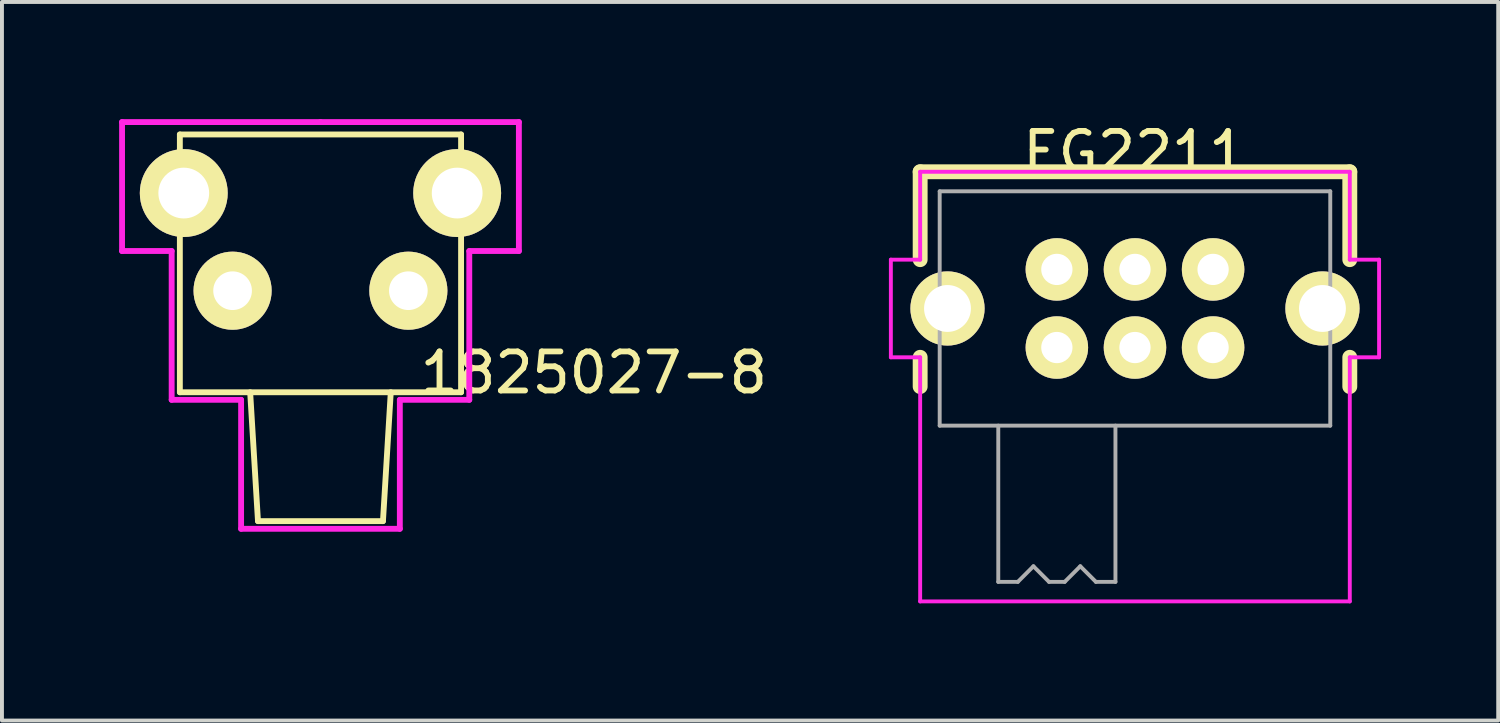
<source format=kicad_pcb>
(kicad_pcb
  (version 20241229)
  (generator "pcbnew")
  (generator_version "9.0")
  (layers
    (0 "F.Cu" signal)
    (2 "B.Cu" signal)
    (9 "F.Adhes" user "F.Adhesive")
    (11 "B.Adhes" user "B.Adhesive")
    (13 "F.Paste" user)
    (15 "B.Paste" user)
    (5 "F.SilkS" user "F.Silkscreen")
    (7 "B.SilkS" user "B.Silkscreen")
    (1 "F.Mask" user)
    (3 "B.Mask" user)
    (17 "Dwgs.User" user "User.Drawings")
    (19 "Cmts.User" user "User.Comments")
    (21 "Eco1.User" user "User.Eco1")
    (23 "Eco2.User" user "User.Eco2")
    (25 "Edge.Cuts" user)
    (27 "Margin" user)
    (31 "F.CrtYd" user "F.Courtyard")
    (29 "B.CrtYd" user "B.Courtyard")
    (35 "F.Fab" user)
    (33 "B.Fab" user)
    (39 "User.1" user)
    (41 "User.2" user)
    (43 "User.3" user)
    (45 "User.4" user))
  (footprint "1825027-8"
    (layer "F.Cu")
    (at 5.155 4.393)
    (property "Reference" "1825027-8" (at 7 2.1 0) (layer "F.SilkS") (effects (font (size 1 1) (thickness 0.15))))
    (attr through_hole)
    (fp_line (start -3.6 -4) (end -3.6 2.6) (stroke (width 0.15) (type solid)) (layer "F.SilkS"))
    (fp_line (start -3.6 -4) (end 3.6 -4) (stroke (width 0.15) (type solid)) (layer "F.SilkS"))
    (fp_line (start -3.6 2.6) (end 3.6 2.6) (stroke (width 0.15) (type solid)) (layer "F.SilkS"))
    (fp_line (start -1.8 2.6) (end -1.6 5.9) (stroke (width 0.15) (type solid)) (layer "F.SilkS"))
    (fp_line (start -1.6 5.9) (end 1.6 5.9) (stroke (width 0.15) (type solid)) (layer "F.SilkS"))
    (fp_line (start 1.8 2.6) (end 1.6 5.9) (stroke (width 0.15) (type solid)) (layer "F.SilkS"))
    (fp_line (start 3.6 -4) (end 3.6 2.6) (stroke (width 0.15) (type solid)) (layer "F.SilkS"))
    (fp_line (start -5.08 -4.318) (end 0 -4.318) (stroke (width 0.15) (type solid)) (layer "F.CrtYd"))
    (fp_line (start -5.08 -1.016) (end -5.08 -4.318) (stroke (width 0.15) (type solid)) (layer "F.CrtYd"))
    (fp_line (start -3.81 -1.016) (end -5.08 -1.016) (stroke (width 0.15) (type solid)) (layer "F.CrtYd"))
    (fp_line (start -3.81 2.794) (end -3.81 -1.016) (stroke (width 0.15) (type solid)) (layer "F.CrtYd"))
    (fp_line (start -2.032 2.794) (end -3.81 2.794) (stroke (width 0.15) (type solid)) (layer "F.CrtYd"))
    (fp_line (start -2.032 6.096) (end -2.032 2.794) (stroke (width 0.15) (type solid)) (layer "F.CrtYd"))
    (fp_line (start 0 -4.318) (end 5.08 -4.318) (stroke (width 0.15) (type solid)) (layer "F.CrtYd"))
    (fp_line (start 2.032 2.794) (end 2.032 6.096) (stroke (width 0.15) (type solid)) (layer "F.CrtYd"))
    (fp_line (start 2.032 6.096) (end -2.032 6.096) (stroke (width 0.15) (type solid)) (layer "F.CrtYd"))
    (fp_line (start 3.81 -1.016) (end 3.81 2.794) (stroke (width 0.15) (type solid)) (layer "F.CrtYd"))
    (fp_line (start 3.81 2.794) (end 2.032 2.794) (stroke (width 0.15) (type solid)) (layer "F.CrtYd"))
    (fp_line (start 5.08 -4.318) (end 5.08 -1.016) (stroke (width 0.15) (type solid)) (layer "F.CrtYd"))
    (fp_line (start 5.08 -1.016) (end 3.81 -1.016) (stroke (width 0.15) (type solid)) (layer "F.CrtYd"))
    (pad "1" thru_hole circle (at -2.25 0) (size 2 2) (drill 0.99) (layers "*.Cu" "*.Mask" "F.SilkS"))
    (pad "2" thru_hole circle (at 2.25 0) (size 2 2) (drill 0.99) (layers "*.Cu" "*.Mask" "F.SilkS"))
    (pad "3" thru_hole circle (at -3.5 -2.5) (size 2.25 2.25) (drill 1.3) (layers "*.Cu" "*.Mask" "F.SilkS"))
    (pad "4" thru_hole circle (at 3.5 -2.5) (size 2.25 2.25) (drill 1.3) (layers "*.Cu" "*.Mask" "F.SilkS")))
  (footprint "EG2211"
    (layer "F.Cu")
    (at 26.009 4.848)
    (property "Reference" "EG2211" (at 0 -4 0) (layer "F.SilkS") (effects (font (size 1 1) (thickness 0.15))))
    (attr through_hole)
    (fp_line (start -5.5 -3.5) (end -5.5 -1.25) (stroke (width 0.381) (type solid)) (layer "F.SilkS"))
    (fp_line (start -5.5 -3.5) (end 5.5 -3.5) (stroke (width 0.381) (type solid)) (layer "F.SilkS"))
    (fp_line (start -5.5 1.25) (end -5.5 2) (stroke (width 0.381) (type solid)) (layer "F.SilkS"))
    (fp_line (start 5.5 -3.5) (end 5.5 -1.25) (stroke (width 0.381) (type solid)) (layer "F.SilkS"))
    (fp_line (start 5.5 1.25) (end 5.5 2) (stroke (width 0.381) (type solid)) (layer "F.SilkS"))
    (fp_line (start -6.25 -1.25) (end -6.25 1.25) (stroke (width 0.1) (type solid)) (layer "F.CrtYd"))
    (fp_line (start -6.25 1.25) (end -5.5 1.25) (stroke (width 0.1) (type solid)) (layer "F.CrtYd"))
    (fp_line (start -5.5 -3.5) (end -5.5 -1.25) (stroke (width 0.1) (type solid)) (layer "F.CrtYd"))
    (fp_line (start -5.5 -1.25) (end -6.25 -1.25) (stroke (width 0.1) (type solid)) (layer "F.CrtYd"))
    (fp_line (start -5.5 1.25) (end -5.5 7.5) (stroke (width 0.1) (type solid)) (layer "F.CrtYd"))
    (fp_line (start -5.5 7.5) (end 5.5 7.5) (stroke (width 0.1) (type solid)) (layer "F.CrtYd"))
    (fp_line (start 5.5 -3.5) (end -5.5 -3.5) (stroke (width 0.1) (type solid)) (layer "F.CrtYd"))
    (fp_line (start 5.5 -1.25) (end 5.5 -3.5) (stroke (width 0.1) (type solid)) (layer "F.CrtYd"))
    (fp_line (start 5.5 1.25) (end 6.25 1.25) (stroke (width 0.1) (type solid)) (layer "F.CrtYd"))
    (fp_line (start 5.5 7.5) (end 5.5 1.25) (stroke (width 0.1) (type solid)) (layer "F.CrtYd"))
    (fp_line (start 6.25 -1.25) (end 5.5 -1.25) (stroke (width 0.1) (type solid)) (layer "F.CrtYd"))
    (fp_line (start 6.25 1.25) (end 6.25 -1.25) (stroke (width 0.1) (type solid)) (layer "F.CrtYd"))
    (fp_line (start -5 -3) (end 5 -3) (stroke (width 0.1) (type solid)) (layer "F.Fab"))
    (fp_line (start -5 3) (end -5 -3) (stroke (width 0.1) (type solid)) (layer "F.Fab"))
    (fp_line (start -5 3) (end 5 3) (stroke (width 0.1) (type solid)) (layer "F.Fab"))
    (fp_line (start -3.5 7) (end -3.5 3) (stroke (width 0.1) (type solid)) (layer "F.Fab"))
    (fp_line (start -3.5 7) (end -3 7) (stroke (width 0.1) (type solid)) (layer "F.Fab"))
    (fp_line (start -3 7) (end -2.6 6.6) (stroke (width 0.1) (type solid)) (layer "F.Fab"))
    (fp_line (start -2.6 6.6) (end -2.2 7) (stroke (width 0.1) (type solid)) (layer "F.Fab"))
    (fp_line (start -2.2 7) (end -1.8 7) (stroke (width 0.1) (type solid)) (layer "F.Fab"))
    (fp_line (start -1.8 7) (end -1.4 6.6) (stroke (width 0.1) (type solid)) (layer "F.Fab"))
    (fp_line (start -1.4 6.6) (end -1 7) (stroke (width 0.1) (type solid)) (layer "F.Fab"))
    (fp_line (start -0.5 7) (end -1 7) (stroke (width 0.1) (type solid)) (layer "F.Fab"))
    (fp_line (start -0.5 7) (end -0.5 3) (stroke (width 0.1) (type solid)) (layer "F.Fab"))
    (fp_line (start 5 -3) (end 5 3) (stroke (width 0.1) (type solid)) (layer "F.Fab"))
    (pad "1" thru_hole circle (at -2 -1) (size 1.6 1.6) (drill 0.8) (layers "*.Cu" "*.Mask" "F.SilkS"))
    (pad "2" thru_hole circle (at -2 1) (size 1.6 1.6) (drill 0.8) (layers "*.Cu" "*.Mask" "F.SilkS"))
    (pad "3" thru_hole circle (at 0 -1) (size 1.6 1.6) (drill 0.8) (layers "*.Cu" "*.Mask" "F.SilkS"))
    (pad "4" thru_hole circle (at 0 1) (size 1.6 1.6) (drill 0.8) (layers "*.Cu" "*.Mask" "F.SilkS"))
    (pad "5" thru_hole circle (at 2 -1) (size 1.6 1.6) (drill 0.8) (layers "*.Cu" "*.Mask" "F.SilkS"))
    (pad "6" thru_hole circle (at 2 1) (size 1.6 1.6) (drill 0.8) (layers "*.Cu" "*.Mask" "F.SilkS"))
    (pad "MTG1" thru_hole circle (at -4.8 0) (size 1.9 1.9) (drill 1.2) (layers "*.Cu" "*.Mask" "F.SilkS"))
    (pad "MTG2" thru_hole circle (at 4.8 0) (size 1.9 1.9) (drill 1.2) (layers "*.Cu" "*.Mask" "F.SilkS")))
  (gr_rect
    (start -3 -3)
    (end 35.309 15.398)
    (stroke (width 0.1) (type default))
    (fill no)
    (layer "Edge.Cuts")))
</source>
